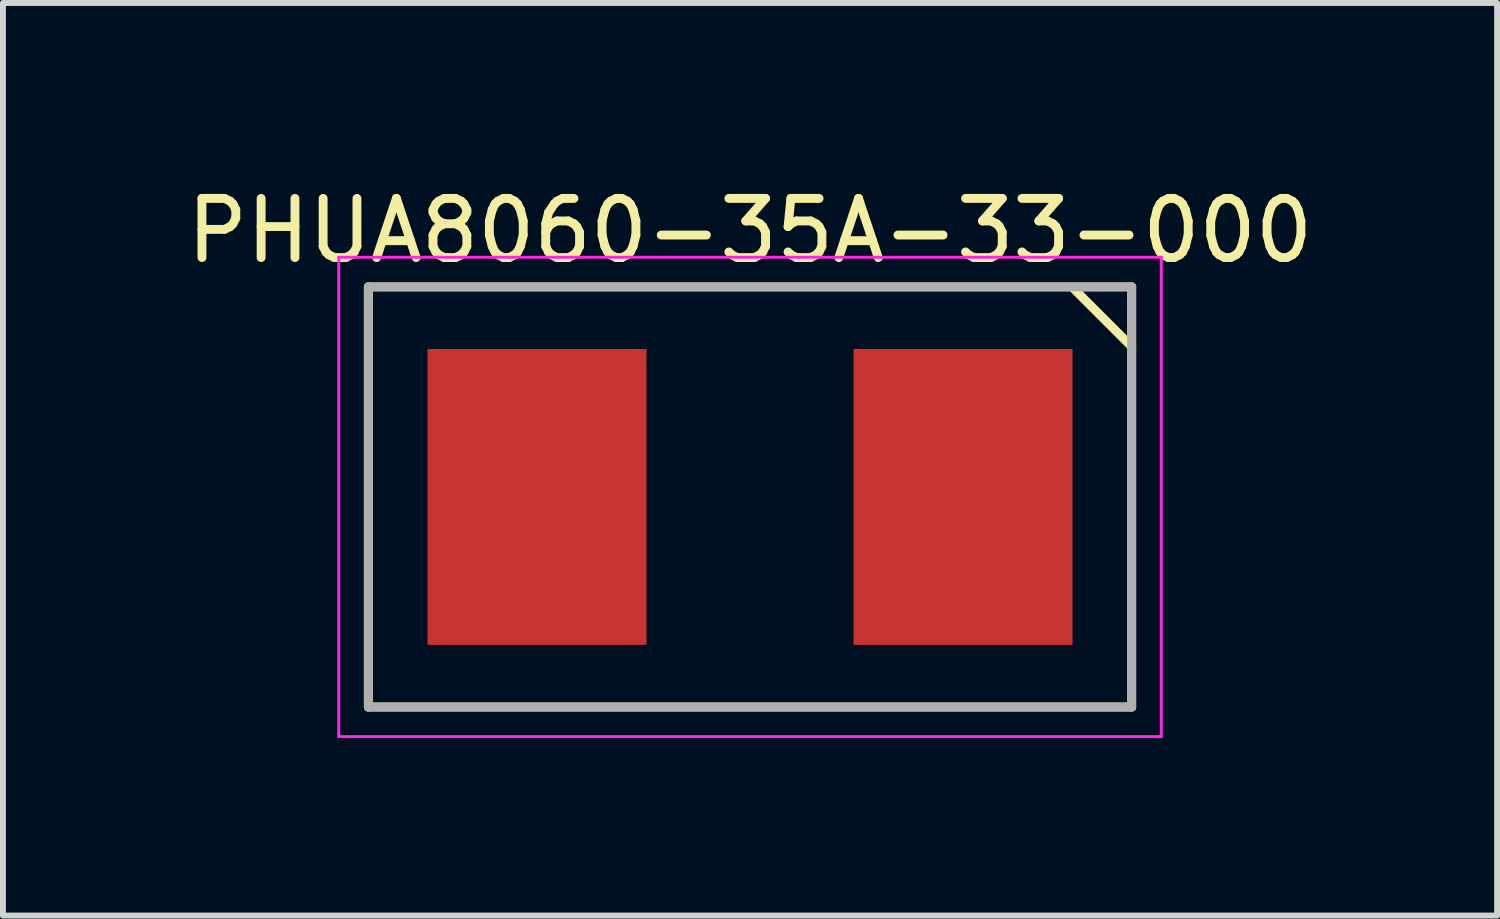
<source format=kicad_pcb>
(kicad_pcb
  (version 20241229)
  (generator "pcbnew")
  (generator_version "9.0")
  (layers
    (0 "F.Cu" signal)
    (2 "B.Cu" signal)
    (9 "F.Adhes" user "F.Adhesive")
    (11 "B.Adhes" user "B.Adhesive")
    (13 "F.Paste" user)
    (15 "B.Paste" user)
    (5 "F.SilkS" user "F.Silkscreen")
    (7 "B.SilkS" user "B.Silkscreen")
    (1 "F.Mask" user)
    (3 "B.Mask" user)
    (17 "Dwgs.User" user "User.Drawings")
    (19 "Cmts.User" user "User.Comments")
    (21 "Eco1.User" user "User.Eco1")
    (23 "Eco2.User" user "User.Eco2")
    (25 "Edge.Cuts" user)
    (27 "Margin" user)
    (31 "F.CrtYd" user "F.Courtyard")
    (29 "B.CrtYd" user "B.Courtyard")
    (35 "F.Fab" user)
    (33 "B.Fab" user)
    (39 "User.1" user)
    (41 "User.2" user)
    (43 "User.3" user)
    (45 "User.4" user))
  (footprint "PHUA8060-35A-33-000"
    (layer "F.Cu")
    (at 9.625 5.348)
    (property "Reference" "PHUA8060-35A-33-000" (at 0 -4.5 0) (layer "F.SilkS") (effects (font (size 1 1) (thickness 0.15))))
    (attr smd)
    (fp_line (start -6.45 -3.55) (end 6.45 -3.55) (stroke (width 0.15) (type solid)) (layer "F.SilkS"))
    (fp_line (start -6.45 3.55) (end -6.45 -3.55) (stroke (width 0.15) (type solid)) (layer "F.SilkS"))
    (fp_line (start -6.45 3.55) (end 6.45 3.55) (stroke (width 0.15) (type solid)) (layer "F.SilkS"))
    (fp_line (start 6.45 -2.54) (end 5.45 -3.54) (stroke (width 0.15) (type solid)) (layer "F.SilkS"))
    (fp_line (start 6.45 3.55) (end 6.45 -3.55) (stroke (width 0.15) (type solid)) (layer "F.SilkS"))
    (fp_line (start -6.95 -4.05) (end -6.95 4.05) (stroke (width 0.05) (type solid)) (layer "F.CrtYd"))
    (fp_line (start -6.95 -4.05) (end 6.95 -4.05) (stroke (width 0.05) (type solid)) (layer "F.CrtYd"))
    (fp_line (start -6.95 4.05) (end 6.95 4.05) (stroke (width 0.05) (type solid)) (layer "F.CrtYd"))
    (fp_line (start 6.95 -4.05) (end 6.95 4.05) (stroke (width 0.05) (type solid)) (layer "F.CrtYd"))
    (fp_line (start -6.45 -3.55) (end -6.45 3.55) (stroke (width 0.15) (type solid)) (layer "F.Fab"))
    (fp_line (start -6.45 -3.55) (end 6.45 -3.55) (stroke (width 0.15) (type solid)) (layer "F.Fab"))
    (fp_line (start -6.45 3.55) (end 6.45 3.55) (stroke (width 0.15) (type solid)) (layer "F.Fab"))
    (fp_line (start 6.45 -3.55) (end 6.45 3.55) (stroke (width 0.15) (type solid)) (layer "F.Fab"))
    (pad "1" smd rect (at 3.6 0) (size 3.7 5) (layers "F.Cu" "F.Mask" "F.Paste"))
    (pad "2" smd rect (at -3.6 0) (size 3.7 5) (layers "F.Cu" "F.Mask" "F.Paste")))
  (gr_rect
    (start -3 -3)
    (end 22.25 12.423)
    (stroke (width 0.1) (type default))
    (fill no)
    (layer "Edge.Cuts")))
</source>
